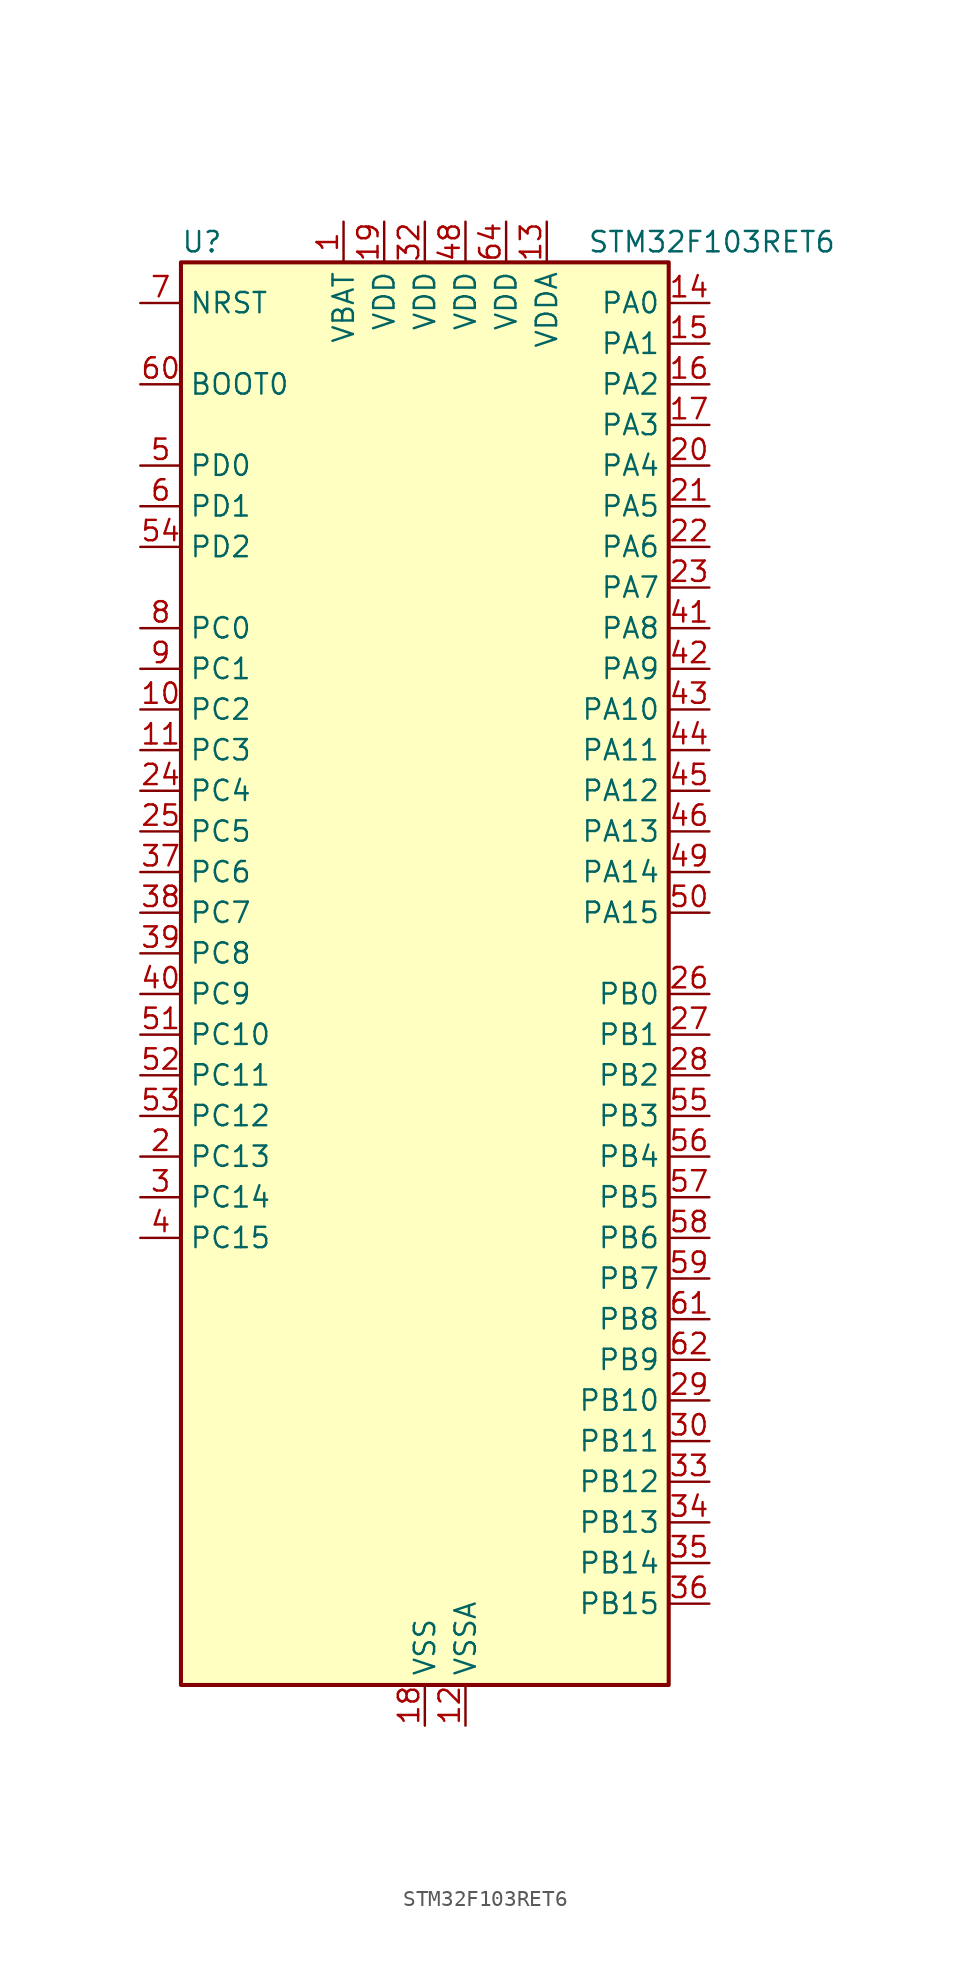
<source format=kicad_sym>
(kicad_symbol_lib
  (version 20231120)
  (generator "kicad_symbol_editor")
  (generator_version "8.0")
  (symbol "STM32F103RET6"
    (property "Reference" "U"
      (at -15.24 46.99 0)
      (effects (font (size 1.27 1.27)) (justify left)))
    (property "Value" "STM32F103RET6"
      (at 10.16 46.99 0)
      (effects (font (size 1.27 1.27)) (justify left)))
    (property "ki_locked" ""
      (at 0 0 0)
      (effects (font (size 1.27 1.27))))
    (symbol "STM32F103RET6_0_1"
      (rectangle (start -15.24 -43.18) (end 15.24 45.72) (stroke (width 0.254) (type default)) (fill (type background))))
    (symbol "STM32F103RET6_1_1"
      (pin power_in line (at -5.08 48.26 270) (length 2.54) (name "VBAT" (effects (font (size 1.27 1.27)))) (number "1" (effects (font (size 1.27 1.27)))))
      (pin bidirectional line (at -17.78 17.78 0) (length 2.54) (name "PC2" (effects (font (size 1.27 1.27)))) (number "10" (effects (font (size 1.27 1.27)))) (alternate "ADC1_IN12" bidirectional line) (alternate "ADC2_IN12" bidirectional line) (alternate "ADC3_IN12" bidirectional line))
      (pin bidirectional line (at -17.78 15.24 0) (length 2.54) (name "PC3" (effects (font (size 1.27 1.27)))) (number "11" (effects (font (size 1.27 1.27)))) (alternate "ADC1_IN13" bidirectional line) (alternate "ADC2_IN13" bidirectional line) (alternate "ADC3_IN13" bidirectional line))
      (pin power_in line (at 2.54 -45.72 90) (length 2.54) (name "VSSA" (effects (font (size 1.27 1.27)))) (number "12" (effects (font (size 1.27 1.27)))))
      (pin power_in line (at 7.62 48.26 270) (length 2.54) (name "VDDA" (effects (font (size 1.27 1.27)))) (number "13" (effects (font (size 1.27 1.27)))))
      (pin bidirectional line (at 17.78 43.18 180) (length 2.54) (name "PA0" (effects (font (size 1.27 1.27)))) (number "14" (effects (font (size 1.27 1.27)))) (alternate "ADC1_IN0" bidirectional line) (alternate "ADC2_IN0" bidirectional line) (alternate "ADC3_IN0" bidirectional line) (alternate "SYS_WKUP" bidirectional line) (alternate "TIM2_CH1" bidirectional line) (alternate "TIM2_ETR" bidirectional line) (alternate "TIM5_CH1" bidirectional line) (alternate "TIM8_ETR" bidirectional line) (alternate "USART2_CTS" bidirectional line))
      (pin bidirectional line (at 17.78 40.64 180) (length 2.54) (name "PA1" (effects (font (size 1.27 1.27)))) (number "15" (effects (font (size 1.27 1.27)))) (alternate "ADC1_IN1" bidirectional line) (alternate "ADC2_IN1" bidirectional line) (alternate "ADC3_IN1" bidirectional line) (alternate "TIM2_CH2" bidirectional line) (alternate "TIM5_CH2" bidirectional line) (alternate "USART2_RTS" bidirectional line))
      (pin bidirectional line (at 17.78 38.1 180) (length 2.54) (name "PA2" (effects (font (size 1.27 1.27)))) (number "16" (effects (font (size 1.27 1.27)))) (alternate "ADC1_IN2" bidirectional line) (alternate "ADC2_IN2" bidirectional line) (alternate "ADC3_IN2" bidirectional line) (alternate "TIM2_CH3" bidirectional line) (alternate "TIM5_CH3" bidirectional line) (alternate "USART2_TX" bidirectional line))
      (pin bidirectional line (at 17.78 35.56 180) (length 2.54) (name "PA3" (effects (font (size 1.27 1.27)))) (number "17" (effects (font (size 1.27 1.27)))) (alternate "ADC1_IN3" bidirectional line) (alternate "ADC2_IN3" bidirectional line) (alternate "ADC3_IN3" bidirectional line) (alternate "TIM2_CH4" bidirectional line) (alternate "TIM5_CH4" bidirectional line) (alternate "USART2_RX" bidirectional line))
      (pin power_in line (at 0 -45.72 90) (length 2.54) (name "VSS" (effects (font (size 1.27 1.27)))) (number "18" (effects (font (size 1.27 1.27)))))
      (pin power_in line (at -2.54 48.26 270) (length 2.54) (name "VDD" (effects (font (size 1.27 1.27)))) (number "19" (effects (font (size 1.27 1.27)))))
      (pin bidirectional line (at -17.78 -10.16 0) (length 2.54) (name "PC13" (effects (font (size 1.27 1.27)))) (number "2" (effects (font (size 1.27 1.27)))) (alternate "RTC_OUT" bidirectional line) (alternate "RTC_TAMPER" bidirectional line))
      (pin bidirectional line (at 17.78 33.02 180) (length 2.54) (name "PA4" (effects (font (size 1.27 1.27)))) (number "20" (effects (font (size 1.27 1.27)))) (alternate "ADC1_IN4" bidirectional line) (alternate "ADC2_IN4" bidirectional line) (alternate "DAC_OUT1" bidirectional line) (alternate "SPI1_NSS" bidirectional line) (alternate "USART2_CK" bidirectional line))
      (pin bidirectional line (at 17.78 30.48 180) (length 2.54) (name "PA5" (effects (font (size 1.27 1.27)))) (number "21" (effects (font (size 1.27 1.27)))) (alternate "ADC1_IN5" bidirectional line) (alternate "ADC2_IN5" bidirectional line) (alternate "DAC_OUT2" bidirectional line) (alternate "SPI1_SCK" bidirectional line))
      (pin bidirectional line (at 17.78 27.94 180) (length 2.54) (name "PA6" (effects (font (size 1.27 1.27)))) (number "22" (effects (font (size 1.27 1.27)))) (alternate "ADC1_IN6" bidirectional line) (alternate "ADC2_IN6" bidirectional line) (alternate "SPI1_MISO" bidirectional line) (alternate "TIM1_BKIN" bidirectional line) (alternate "TIM3_CH1" bidirectional line) (alternate "TIM8_BKIN" bidirectional line))
      (pin bidirectional line (at 17.78 25.4 180) (length 2.54) (name "PA7" (effects (font (size 1.27 1.27)))) (number "23" (effects (font (size 1.27 1.27)))) (alternate "ADC1_IN7" bidirectional line) (alternate "ADC2_IN7" bidirectional line) (alternate "SPI1_MOSI" bidirectional line) (alternate "TIM1_CH1N" bidirectional line) (alternate "TIM3_CH2" bidirectional line) (alternate "TIM8_CH1N" bidirectional line))
      (pin bidirectional line (at -17.78 12.7 0) (length 2.54) (name "PC4" (effects (font (size 1.27 1.27)))) (number "24" (effects (font (size 1.27 1.27)))) (alternate "ADC1_IN14" bidirectional line) (alternate "ADC2_IN14" bidirectional line))
      (pin bidirectional line (at -17.78 10.16 0) (length 2.54) (name "PC5" (effects (font (size 1.27 1.27)))) (number "25" (effects (font (size 1.27 1.27)))) (alternate "ADC1_IN15" bidirectional line) (alternate "ADC2_IN15" bidirectional line))
      (pin bidirectional line (at 17.78 0 180) (length 2.54) (name "PB0" (effects (font (size 1.27 1.27)))) (number "26" (effects (font (size 1.27 1.27)))) (alternate "ADC1_IN8" bidirectional line) (alternate "ADC2_IN8" bidirectional line) (alternate "TIM1_CH2N" bidirectional line) (alternate "TIM3_CH3" bidirectional line) (alternate "TIM8_CH2N" bidirectional line))
      (pin bidirectional line (at 17.78 -2.54 180) (length 2.54) (name "PB1" (effects (font (size 1.27 1.27)))) (number "27" (effects (font (size 1.27 1.27)))) (alternate "ADC1_IN9" bidirectional line) (alternate "ADC2_IN9" bidirectional line) (alternate "TIM1_CH3N" bidirectional line) (alternate "TIM3_CH4" bidirectional line) (alternate "TIM8_CH3N" bidirectional line))
      (pin bidirectional line (at 17.78 -5.08 180) (length 2.54) (name "PB2" (effects (font (size 1.27 1.27)))) (number "28" (effects (font (size 1.27 1.27)))))
      (pin bidirectional line (at 17.78 -25.4 180) (length 2.54) (name "PB10" (effects (font (size 1.27 1.27)))) (number "29" (effects (font (size 1.27 1.27)))) (alternate "I2C2_SCL" bidirectional line) (alternate "TIM2_CH3" bidirectional line) (alternate "USART3_TX" bidirectional line))
      (pin bidirectional line (at -17.78 -12.7 0) (length 2.54) (name "PC14" (effects (font (size 1.27 1.27)))) (number "3" (effects (font (size 1.27 1.27)))) (alternate "RCC_OSC32_IN" bidirectional line))
      (pin bidirectional line (at 17.78 -27.94 180) (length 2.54) (name "PB11" (effects (font (size 1.27 1.27)))) (number "30" (effects (font (size 1.27 1.27)))) (alternate "ADC1_EXTI11" bidirectional line) (alternate "ADC2_EXTI11" bidirectional line) (alternate "I2C2_SDA" bidirectional line) (alternate "TIM2_CH4" bidirectional line) (alternate "USART3_RX" bidirectional line))
      (pin passive line (at 0 -45.72 90) (length 2.54) hide (name "VSS" (effects (font (size 1.27 1.27)))) (number "31" (effects (font (size 1.27 1.27)))))
      (pin power_in line (at 0 48.26 270) (length 2.54) (name "VDD" (effects (font (size 1.27 1.27)))) (number "32" (effects (font (size 1.27 1.27)))))
      (pin bidirectional line (at 17.78 -30.48 180) (length 2.54) (name "PB12" (effects (font (size 1.27 1.27)))) (number "33" (effects (font (size 1.27 1.27)))) (alternate "I2C2_SMBA" bidirectional line) (alternate "I2S2_WS" bidirectional line) (alternate "SPI2_NSS" bidirectional line) (alternate "TIM1_BKIN" bidirectional line) (alternate "USART3_CK" bidirectional line))
      (pin bidirectional line (at 17.78 -33.02 180) (length 2.54) (name "PB13" (effects (font (size 1.27 1.27)))) (number "34" (effects (font (size 1.27 1.27)))) (alternate "I2S2_CK" bidirectional line) (alternate "SPI2_SCK" bidirectional line) (alternate "TIM1_CH1N" bidirectional line) (alternate "USART3_CTS" bidirectional line))
      (pin bidirectional line (at 17.78 -35.56 180) (length 2.54) (name "PB14" (effects (font (size 1.27 1.27)))) (number "35" (effects (font (size 1.27 1.27)))) (alternate "SPI2_MISO" bidirectional line) (alternate "TIM1_CH2N" bidirectional line) (alternate "USART3_RTS" bidirectional line))
      (pin bidirectional line (at 17.78 -38.1 180) (length 2.54) (name "PB15" (effects (font (size 1.27 1.27)))) (number "36" (effects (font (size 1.27 1.27)))) (alternate "ADC1_EXTI15" bidirectional line) (alternate "ADC2_EXTI15" bidirectional line) (alternate "I2S2_SD" bidirectional line) (alternate "SPI2_MOSI" bidirectional line) (alternate "TIM1_CH3N" bidirectional line))
      (pin bidirectional line (at -17.78 7.62 0) (length 2.54) (name "PC6" (effects (font (size 1.27 1.27)))) (number "37" (effects (font (size 1.27 1.27)))) (alternate "I2S2_MCK" bidirectional line) (alternate "SDIO_D6" bidirectional line) (alternate "TIM3_CH1" bidirectional line) (alternate "TIM8_CH1" bidirectional line))
      (pin bidirectional line (at -17.78 5.08 0) (length 2.54) (name "PC7" (effects (font (size 1.27 1.27)))) (number "38" (effects (font (size 1.27 1.27)))) (alternate "I2S3_MCK" bidirectional line) (alternate "SDIO_D7" bidirectional line) (alternate "TIM3_CH2" bidirectional line) (alternate "TIM8_CH2" bidirectional line))
      (pin bidirectional line (at -17.78 2.54 0) (length 2.54) (name "PC8" (effects (font (size 1.27 1.27)))) (number "39" (effects (font (size 1.27 1.27)))) (alternate "SDIO_D0" bidirectional line) (alternate "TIM3_CH3" bidirectional line) (alternate "TIM8_CH3" bidirectional line))
      (pin bidirectional line (at -17.78 -15.24 0) (length 2.54) (name "PC15" (effects (font (size 1.27 1.27)))) (number "4" (effects (font (size 1.27 1.27)))) (alternate "ADC1_EXTI15" bidirectional line) (alternate "ADC2_EXTI15" bidirectional line) (alternate "RCC_OSC32_OUT" bidirectional line))
      (pin bidirectional line (at -17.78 0 0) (length 2.54) (name "PC9" (effects (font (size 1.27 1.27)))) (number "40" (effects (font (size 1.27 1.27)))) (alternate "DAC_EXTI9" bidirectional line) (alternate "SDIO_D1" bidirectional line) (alternate "TIM3_CH4" bidirectional line) (alternate "TIM8_CH4" bidirectional line))
      (pin bidirectional line (at 17.78 22.86 180) (length 2.54) (name "PA8" (effects (font (size 1.27 1.27)))) (number "41" (effects (font (size 1.27 1.27)))) (alternate "RCC_MCO" bidirectional line) (alternate "TIM1_CH1" bidirectional line) (alternate "USART1_CK" bidirectional line))
      (pin bidirectional line (at 17.78 20.32 180) (length 2.54) (name "PA9" (effects (font (size 1.27 1.27)))) (number "42" (effects (font (size 1.27 1.27)))) (alternate "DAC_EXTI9" bidirectional line) (alternate "TIM1_CH2" bidirectional line) (alternate "USART1_TX" bidirectional line))
      (pin bidirectional line (at 17.78 17.78 180) (length 2.54) (name "PA10" (effects (font (size 1.27 1.27)))) (number "43" (effects (font (size 1.27 1.27)))) (alternate "TIM1_CH3" bidirectional line) (alternate "USART1_RX" bidirectional line))
      (pin bidirectional line (at 17.78 15.24 180) (length 2.54) (name "PA11" (effects (font (size 1.27 1.27)))) (number "44" (effects (font (size 1.27 1.27)))) (alternate "ADC1_EXTI11" bidirectional line) (alternate "ADC2_EXTI11" bidirectional line) (alternate "CAN_RX" bidirectional line) (alternate "TIM1_CH4" bidirectional line) (alternate "USART1_CTS" bidirectional line) (alternate "USB_DM" bidirectional line))
      (pin bidirectional line (at 17.78 12.7 180) (length 2.54) (name "PA12" (effects (font (size 1.27 1.27)))) (number "45" (effects (font (size 1.27 1.27)))) (alternate "CAN_TX" bidirectional line) (alternate "TIM1_ETR" bidirectional line) (alternate "USART1_RTS" bidirectional line) (alternate "USB_DP" bidirectional line))
      (pin bidirectional line (at 17.78 10.16 180) (length 2.54) (name "PA13" (effects (font (size 1.27 1.27)))) (number "46" (effects (font (size 1.27 1.27)))) (alternate "SYS_JTMS-SWDIO" bidirectional line))
      (pin passive line (at 0 -45.72 90) (length 2.54) hide (name "VSS" (effects (font (size 1.27 1.27)))) (number "47" (effects (font (size 1.27 1.27)))))
      (pin power_in line (at 2.54 48.26 270) (length 2.54) (name "VDD" (effects (font (size 1.27 1.27)))) (number "48" (effects (font (size 1.27 1.27)))))
      (pin bidirectional line (at 17.78 7.62 180) (length 2.54) (name "PA14" (effects (font (size 1.27 1.27)))) (number "49" (effects (font (size 1.27 1.27)))) (alternate "SYS_JTCK-SWCLK" bidirectional line))
      (pin bidirectional line (at -17.78 33.02 0) (length 2.54) (name "PD0" (effects (font (size 1.27 1.27)))) (number "5" (effects (font (size 1.27 1.27)))) (alternate "RCC_OSC_IN" bidirectional line))
      (pin bidirectional line (at 17.78 5.08 180) (length 2.54) (name "PA15" (effects (font (size 1.27 1.27)))) (number "50" (effects (font (size 1.27 1.27)))) (alternate "ADC1_EXTI15" bidirectional line) (alternate "ADC2_EXTI15" bidirectional line) (alternate "I2S3_WS" bidirectional line) (alternate "SPI1_NSS" bidirectional line) (alternate "SPI3_NSS" bidirectional line) (alternate "SYS_JTDI" bidirectional line) (alternate "TIM2_CH1" bidirectional line) (alternate "TIM2_ETR" bidirectional line))
      (pin bidirectional line (at -17.78 -2.54 0) (length 2.54) (name "PC10" (effects (font (size 1.27 1.27)))) (number "51" (effects (font (size 1.27 1.27)))) (alternate "SDIO_D2" bidirectional line) (alternate "UART4_TX" bidirectional line) (alternate "USART3_TX" bidirectional line))
      (pin bidirectional line (at -17.78 -5.08 0) (length 2.54) (name "PC11" (effects (font (size 1.27 1.27)))) (number "52" (effects (font (size 1.27 1.27)))) (alternate "ADC1_EXTI11" bidirectional line) (alternate "ADC2_EXTI11" bidirectional line) (alternate "SDIO_D3" bidirectional line) (alternate "UART4_RX" bidirectional line) (alternate "USART3_RX" bidirectional line))
      (pin bidirectional line (at -17.78 -7.62 0) (length 2.54) (name "PC12" (effects (font (size 1.27 1.27)))) (number "53" (effects (font (size 1.27 1.27)))) (alternate "SDIO_CK" bidirectional line) (alternate "UART5_TX" bidirectional line) (alternate "USART3_CK" bidirectional line))
      (pin bidirectional line (at -17.78 27.94 0) (length 2.54) (name "PD2" (effects (font (size 1.27 1.27)))) (number "54" (effects (font (size 1.27 1.27)))) (alternate "SDIO_CMD" bidirectional line) (alternate "TIM3_ETR" bidirectional line) (alternate "UART5_RX" bidirectional line))
      (pin bidirectional line (at 17.78 -7.62 180) (length 2.54) (name "PB3" (effects (font (size 1.27 1.27)))) (number "55" (effects (font (size 1.27 1.27)))) (alternate "I2S3_CK" bidirectional line) (alternate "SPI1_SCK" bidirectional line) (alternate "SPI3_SCK" bidirectional line) (alternate "SYS_JTDO-TRACESWO" bidirectional line) (alternate "TIM2_CH2" bidirectional line))
      (pin bidirectional line (at 17.78 -10.16 180) (length 2.54) (name "PB4" (effects (font (size 1.27 1.27)))) (number "56" (effects (font (size 1.27 1.27)))) (alternate "SPI1_MISO" bidirectional line) (alternate "SPI3_MISO" bidirectional line) (alternate "SYS_NJTRST" bidirectional line) (alternate "TIM3_CH1" bidirectional line))
      (pin bidirectional line (at 17.78 -12.7 180) (length 2.54) (name "PB5" (effects (font (size 1.27 1.27)))) (number "57" (effects (font (size 1.27 1.27)))) (alternate "I2C1_SMBA" bidirectional line) (alternate "I2S3_SD" bidirectional line) (alternate "SPI1_MOSI" bidirectional line) (alternate "SPI3_MOSI" bidirectional line) (alternate "TIM3_CH2" bidirectional line))
      (pin bidirectional line (at 17.78 -15.24 180) (length 2.54) (name "PB6" (effects (font (size 1.27 1.27)))) (number "58" (effects (font (size 1.27 1.27)))) (alternate "I2C1_SCL" bidirectional line) (alternate "TIM4_CH1" bidirectional line) (alternate "USART1_TX" bidirectional line))
      (pin bidirectional line (at 17.78 -17.78 180) (length 2.54) (name "PB7" (effects (font (size 1.27 1.27)))) (number "59" (effects (font (size 1.27 1.27)))) (alternate "I2C1_SDA" bidirectional line) (alternate "TIM4_CH2" bidirectional line) (alternate "USART1_RX" bidirectional line))
      (pin bidirectional line (at -17.78 30.48 0) (length 2.54) (name "PD1" (effects (font (size 1.27 1.27)))) (number "6" (effects (font (size 1.27 1.27)))) (alternate "RCC_OSC_OUT" bidirectional line))
      (pin input line (at -17.78 38.1 0) (length 2.54) (name "BOOT0" (effects (font (size 1.27 1.27)))) (number "60" (effects (font (size 1.27 1.27)))))
      (pin bidirectional line (at 17.78 -20.32 180) (length 2.54) (name "PB8" (effects (font (size 1.27 1.27)))) (number "61" (effects (font (size 1.27 1.27)))) (alternate "CAN_RX" bidirectional line) (alternate "I2C1_SCL" bidirectional line) (alternate "SDIO_D4" bidirectional line) (alternate "TIM4_CH3" bidirectional line))
      (pin bidirectional line (at 17.78 -22.86 180) (length 2.54) (name "PB9" (effects (font (size 1.27 1.27)))) (number "62" (effects (font (size 1.27 1.27)))) (alternate "CAN_TX" bidirectional line) (alternate "DAC_EXTI9" bidirectional line) (alternate "I2C1_SDA" bidirectional line) (alternate "SDIO_D5" bidirectional line) (alternate "TIM4_CH4" bidirectional line))
      (pin passive line (at 0 -45.72 90) (length 2.54) hide (name "VSS" (effects (font (size 1.27 1.27)))) (number "63" (effects (font (size 1.27 1.27)))))
      (pin power_in line (at 5.08 48.26 270) (length 2.54) (name "VDD" (effects (font (size 1.27 1.27)))) (number "64" (effects (font (size 1.27 1.27)))))
      (pin input line (at -17.78 43.18 0) (length 2.54) (name "NRST" (effects (font (size 1.27 1.27)))) (number "7" (effects (font (size 1.27 1.27)))))
      (pin bidirectional line (at -17.78 22.86 0) (length 2.54) (name "PC0" (effects (font (size 1.27 1.27)))) (number "8" (effects (font (size 1.27 1.27)))) (alternate "ADC1_IN10" bidirectional line) (alternate "ADC2_IN10" bidirectional line) (alternate "ADC3_IN10" bidirectional line))
      (pin bidirectional line (at -17.78 20.32 0) (length 2.54) (name "PC1" (effects (font (size 1.27 1.27)))) (number "9" (effects (font (size 1.27 1.27)))) (alternate "ADC1_IN11" bidirectional line) (alternate "ADC2_IN11" bidirectional line) (alternate "ADC3_IN11" bidirectional line)))))
</source>
